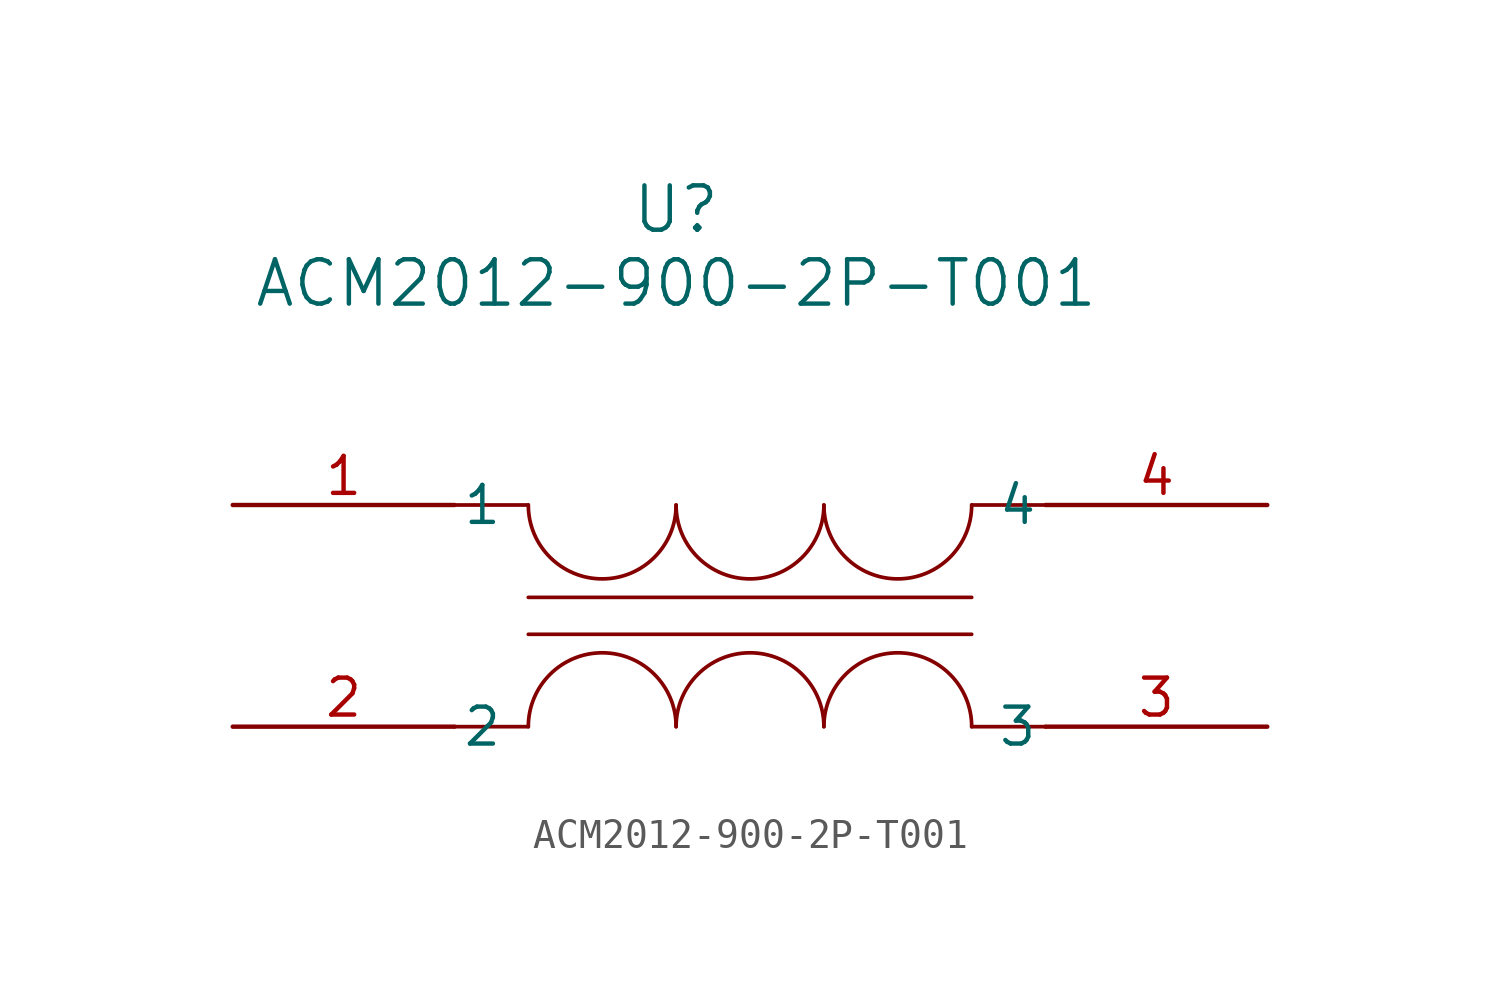
<source format=kicad_sym>
(kicad_symbol_lib
  (version 20231120)
  (generator "kicad_symbol_editor")
  (generator_version "8.0")
  (symbol "ACM2012-900-2P-T001"
    (pin_names
      (offset 0.254))
    (property "Reference" "U"
      (at 20.32 10.16 0)
      (effects (font (size 1.524 1.524))))
    (property "Value" "ACM2012-900-2P-T001"
      (at 20.32 7.62 0)
      (effects (font (size 1.524 1.524))))
    (property "ki_locked" ""
      (at 0 0 0)
      (effects (font (size 1.27 1.27))))
    (symbol "ACM2012-900-2P-T001_0_1"
      (polyline (pts (xy 12.7 -7.62) (xy 15.24 -7.62)) (stroke (width 0.127) (type default)) (fill (type none)))
      (polyline (pts (xy 12.7 0) (xy 15.24 0)) (stroke (width 0.127) (type default)) (fill (type none)))
      (polyline (pts (xy 15.24 -3.175) (xy 30.48 -3.175)) (stroke (width 0.127) (type default)) (fill (type none)))
      (polyline (pts (xy 30.48 -4.445) (xy 15.24 -4.445)) (stroke (width 0.127) (type default)) (fill (type none)))
      (polyline (pts (xy 33.02 -7.62) (xy 30.48 -7.62)) (stroke (width 0.127) (type default)) (fill (type none)))
      (polyline (pts (xy 33.02 0) (xy 30.48 0)) (stroke (width 0.127) (type default)) (fill (type none)))
      (arc (start 15.24 0) (mid 17.78 -2.529) (end 20.32 0) (stroke (width 0.127) (type default)) (fill (type none)))
      (arc (start 20.32 -7.62) (mid 17.78 -5.091) (end 15.24 -7.62) (stroke (width 0.127) (type default)) (fill (type none)))
      (arc (start 20.32 0) (mid 22.86 -2.529) (end 25.4 0) (stroke (width 0.127) (type default)) (fill (type none)))
      (arc (start 25.4 -7.62) (mid 22.86 -5.091) (end 20.32 -7.62) (stroke (width 0.127) (type default)) (fill (type none)))
      (arc (start 25.4 0) (mid 27.94 -2.529) (end 30.48 0) (stroke (width 0.127) (type default)) (fill (type none)))
      (arc (start 30.48 -7.62) (mid 27.94 -5.091) (end 25.4 -7.62) (stroke (width 0.127) (type default)) (fill (type none)))
      (pin unspecified line (at 5.08 0 0) (length 7.62) (name "1" (effects (font (size 1.27 1.27)))) (number "1" (effects (font (size 1.27 1.27)))))
      (pin unspecified line (at 5.08 -7.62 0) (length 7.62) (name "2" (effects (font (size 1.27 1.27)))) (number "2" (effects (font (size 1.27 1.27)))))
      (pin unspecified line (at 40.64 -7.62 180) (length 7.62) (name "3" (effects (font (size 1.27 1.27)))) (number "3" (effects (font (size 1.27 1.27)))))
      (pin unspecified line (at 40.64 0 180) (length 7.62) (name "4" (effects (font (size 1.27 1.27)))) (number "4" (effects (font (size 1.27 1.27))))))))
</source>
